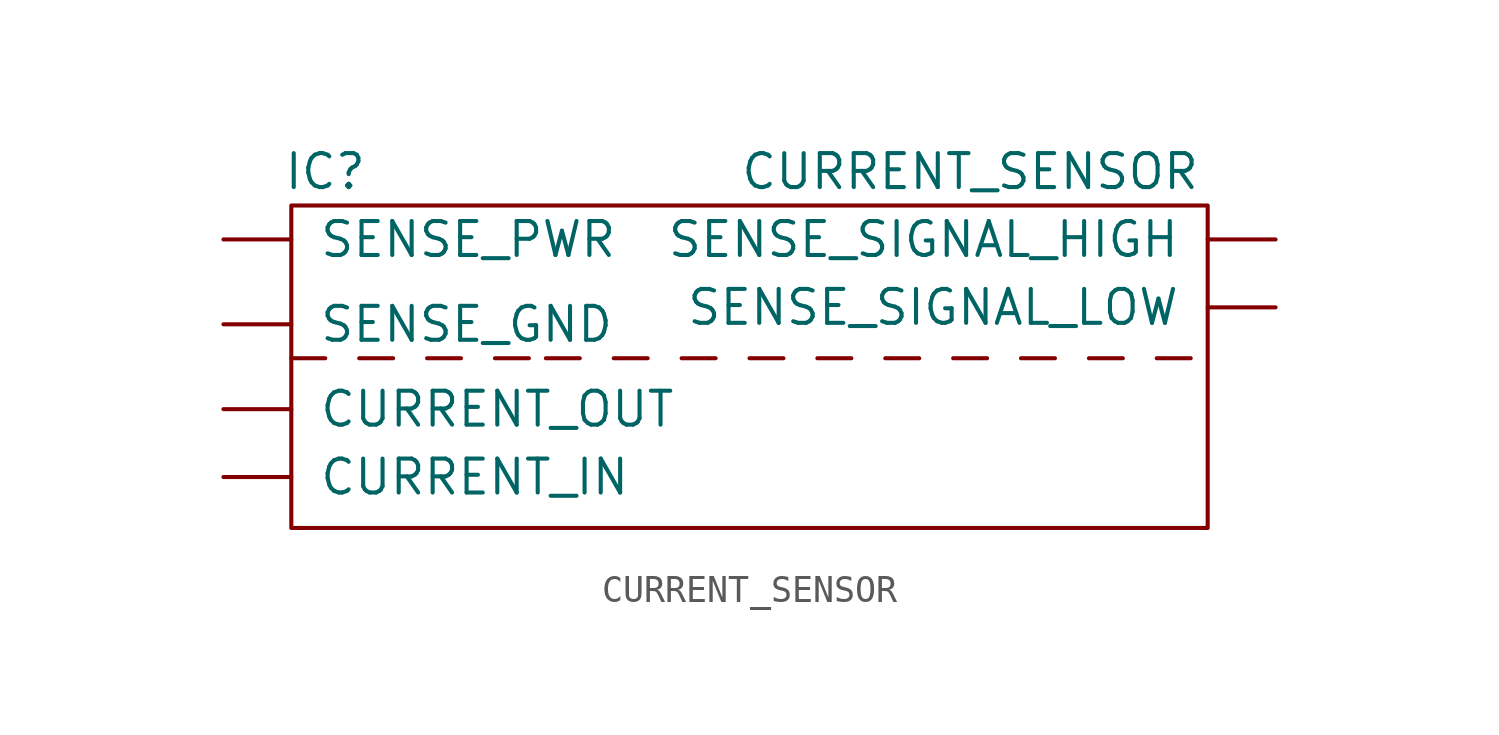
<source format=kicad_sym>
(kicad_symbol_lib
  (version 20211014)
  (generator kicad_symbol_editor)
  (symbol "CURRENT_SENSOR"
    (pin_names
      (offset 1.016))
    (property "Reference" "IC"
      (at 1.27 13.335 0)
      (effects (font (size 1.27 1.27))))
    (property "Value" "CURRENT_SENSOR"
      (at 25.4 13.335 0)
      (effects (font (size 1.27 1.27))))
    (symbol "CURRENT_SENSOR_0_0"
      (polyline (pts (xy 0 6.35) (xy 1.27 6.35)) (stroke (width 0) (type default) (color 0 0 0 0)) (fill (type none)))
      (rectangle (start 0 0) (end 34.29 12.065) (stroke (width 0) (type default) (color 0 0 0 0)) (fill (type none))))
    (symbol "CURRENT_SENSOR_1_1"
      (polyline (pts (xy 2.54 6.35) (xy 3.81 6.35)) (stroke (width 0) (type default) (color 0 0 0 0)) (fill (type none)))
      (polyline (pts (xy 5.08 6.35) (xy 6.35 6.35)) (stroke (width 0) (type default) (color 0 0 0 0)) (fill (type none)))
      (polyline (pts (xy 7.62 6.35) (xy 8.89 6.35)) (stroke (width 0) (type default) (color 0 0 0 0)) (fill (type none)))
      (polyline (pts (xy 9.525 6.35) (xy 10.795 6.35)) (stroke (width 0) (type default) (color 0 0 0 0)) (fill (type none)))
      (polyline (pts (xy 12.065 6.35) (xy 13.335 6.35)) (stroke (width 0) (type default) (color 0 0 0 0)) (fill (type none)))
      (polyline (pts (xy 14.605 6.35) (xy 15.875 6.35)) (stroke (width 0) (type default) (color 0 0 0 0)) (fill (type none)))
      (polyline (pts (xy 17.145 6.35) (xy 18.415 6.35)) (stroke (width 0) (type default) (color 0 0 0 0)) (fill (type none)))
      (polyline (pts (xy 19.685 6.35) (xy 20.955 6.35)) (stroke (width 0) (type default) (color 0 0 0 0)) (fill (type none)))
      (polyline (pts (xy 22.225 6.35) (xy 23.495 6.35)) (stroke (width 0) (type default) (color 0 0 0 0)) (fill (type none)))
      (polyline (pts (xy 24.765 6.35) (xy 26.035 6.35)) (stroke (width 0) (type default) (color 0 0 0 0)) (fill (type none)))
      (polyline (pts (xy 27.305 6.35) (xy 28.575 6.35)) (stroke (width 0) (type default) (color 0 0 0 0)) (fill (type none)))
      (polyline (pts (xy 29.845 6.35) (xy 31.115 6.35)) (stroke (width 0) (type default) (color 0 0 0 0)) (fill (type none)))
      (polyline (pts (xy 32.385 6.35) (xy 33.655 6.35)) (stroke (width 0) (type default) (color 0 0 0 0)) (fill (type none)))
      (pin passive line (at -2.54 1.905 0) (length 2.54) (name "CURRENT_IN" (effects (font (size 1.27 1.27)))) (number "~" (effects (font (size 1.27 1.27)))))
      (pin passive line (at -2.54 4.445 0) (length 2.54) (name "CURRENT_OUT" (effects (font (size 1.27 1.27)))) (number "~" (effects (font (size 1.27 1.27)))))
      (pin power_in line (at -2.54 7.62 0) (length 2.54) (name "SENSE_GND" (effects (font (size 1.27 1.27)))) (number "~" (effects (font (size 1.27 1.27)))))
      (pin power_in line (at -2.54 10.795 0) (length 2.54) (name "SENSE_PWR" (effects (font (size 1.27 1.27)))) (number "~" (effects (font (size 1.27 1.27)))))
      (pin output line (at 36.83 10.795 180) (length 2.54) (name "SENSE_SIGNAL_HIGH" (effects (font (size 1.27 1.27)))) (number "~" (effects (font (size 1.27 1.27)))))
      (pin output line (at 36.83 8.255 180) (length 2.54) (name "SENSE_SIGNAL_LOW" (effects (font (size 1.27 1.27)))) (number "~" (effects (font (size 1.27 1.27))))))))
</source>
